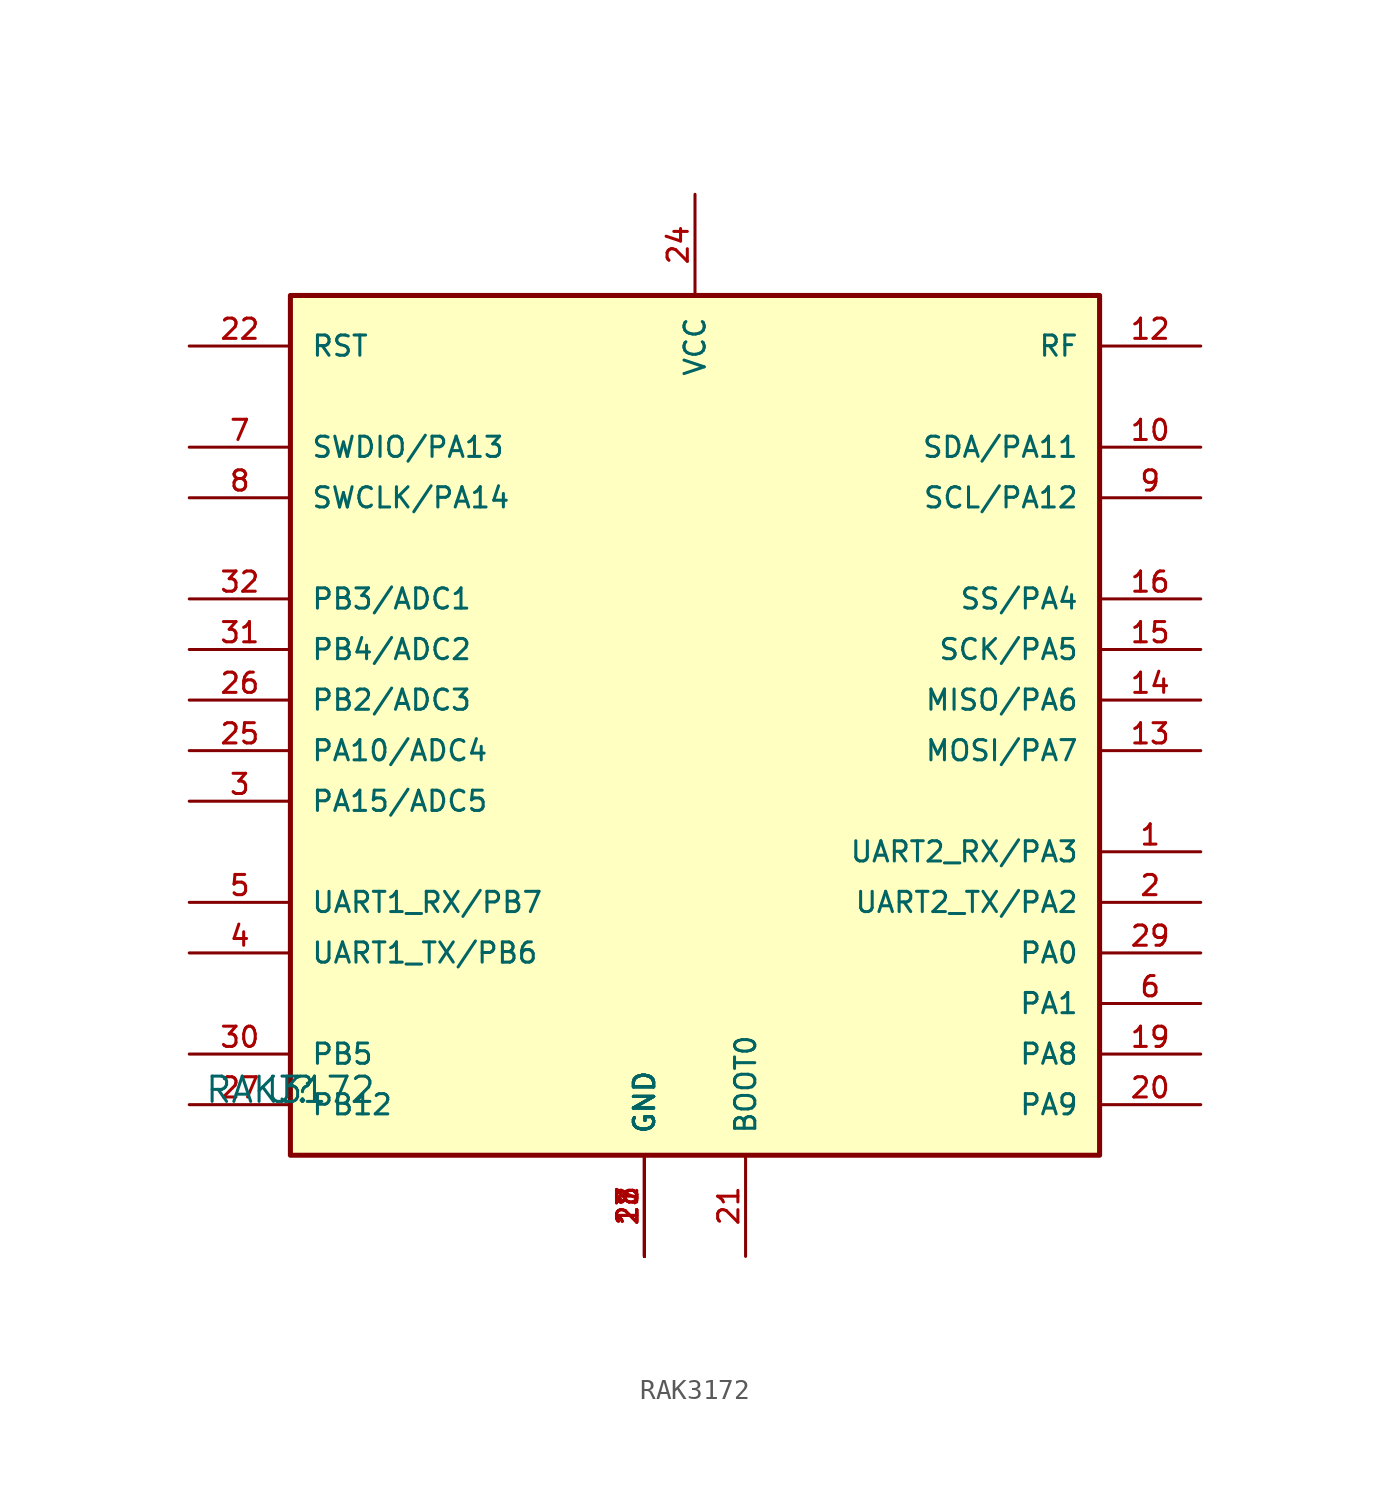
<source format=kicad_sym>
(kicad_symbol_lib
  (version 20211014)
  (generator kicad_symbol_editor)
  (symbol "RAK3172"
    (pin_names
      (offset 1.016))
    (property "Reference" "U"
      (at 0 0 0)
      (effects (font (size 1.27 1.27)) (justify bottom)))
    (property "Value" "RAK3172"
      (at 0 0.0 0)
      (effects (font (size 1.27 1.27)) (justify bottom)))
    (symbol "RAK3172_0_0"
      (rectangle (start 0.0 -2.54) (end 40.64 40.64) (stroke (width 0.254)) (fill (type background)))
      (pin input line (at 22.86 -7.62 90.0) (length 5.08) (name "BOOT0" (effects (font (size 1.016 1.016)))) (number "21" (effects (font (size 1.016 1.016)))))
      (pin power_in line (at 17.78 -7.62 90.0) (length 5.08) (name "GND" (effects (font (size 1.016 1.016)))) (number "11" (effects (font (size 1.016 1.016)))))
      (pin power_in line (at 17.78 -7.62 90.0) (length 5.08) (name "GND" (effects (font (size 1.016 1.016)))) (number "17" (effects (font (size 1.016 1.016)))))
      (pin power_in line (at 17.78 -7.62 90.0) (length 5.08) (name "GND" (effects (font (size 1.016 1.016)))) (number "18" (effects (font (size 1.016 1.016)))))
      (pin power_in line (at 17.78 -7.62 90.0) (length 5.08) (name "GND" (effects (font (size 1.016 1.016)))) (number "23" (effects (font (size 1.016 1.016)))))
      (pin power_in line (at 17.78 -7.62 90.0) (length 5.08) (name "GND" (effects (font (size 1.016 1.016)))) (number "28" (effects (font (size 1.016 1.016)))))
      (pin bidirectional line (at 45.72 20.32 180.0) (length 5.08) (name "MISO/PA6" (effects (font (size 1.016 1.016)))) (number "14" (effects (font (size 1.016 1.016)))))
      (pin bidirectional line (at 45.72 17.78 180.0) (length 5.08) (name "MOSI/PA7" (effects (font (size 1.016 1.016)))) (number "13" (effects (font (size 1.016 1.016)))))
      (pin bidirectional line (at 45.72 7.62 180.0) (length 5.08) (name "PA0" (effects (font (size 1.016 1.016)))) (number "29" (effects (font (size 1.016 1.016)))))
      (pin bidirectional line (at 45.72 5.08 180.0) (length 5.08) (name "PA1" (effects (font (size 1.016 1.016)))) (number "6" (effects (font (size 1.016 1.016)))))
      (pin bidirectional line (at 45.72 2.54 180.0) (length 5.08) (name "PA8" (effects (font (size 1.016 1.016)))) (number "19" (effects (font (size 1.016 1.016)))))
      (pin bidirectional line (at 45.72 0.0 180.0) (length 5.08) (name "PA9" (effects (font (size 1.016 1.016)))) (number "20" (effects (font (size 1.016 1.016)))))
      (pin bidirectional line (at -5.08 17.78 0) (length 5.08) (name "PA10/ADC4" (effects (font (size 1.016 1.016)))) (number "25" (effects (font (size 1.016 1.016)))))
      (pin bidirectional line (at -5.08 15.24 0) (length 5.08) (name "PA15/ADC5" (effects (font (size 1.016 1.016)))) (number "3" (effects (font (size 1.016 1.016)))))
      (pin bidirectional line (at -5.08 20.32 0) (length 5.08) (name "PB2/ADC3" (effects (font (size 1.016 1.016)))) (number "26" (effects (font (size 1.016 1.016)))))
      (pin bidirectional line (at -5.08 25.4 0) (length 5.08) (name "PB3/ADC1" (effects (font (size 1.016 1.016)))) (number "32" (effects (font (size 1.016 1.016)))))
      (pin bidirectional line (at -5.08 22.86 0) (length 5.08) (name "PB4/ADC2" (effects (font (size 1.016 1.016)))) (number "31" (effects (font (size 1.016 1.016)))))
      (pin bidirectional line (at -5.08 2.54 0) (length 5.08) (name "PB5" (effects (font (size 1.016 1.016)))) (number "30" (effects (font (size 1.016 1.016)))))
      (pin bidirectional line (at -5.08 0.0 0) (length 5.08) (name "PB12" (effects (font (size 1.016 1.016)))) (number "27" (effects (font (size 1.016 1.016)))))
      (pin output line (at 45.72 38.1 180.0) (length 5.08) (name "RF" (effects (font (size 1.016 1.016)))) (number "12" (effects (font (size 1.016 1.016)))))
      (pin input line (at -5.08 38.1 0) (length 5.08) (name "RST" (effects (font (size 1.016 1.016)))) (number "22" (effects (font (size 1.016 1.016)))))
      (pin bidirectional line (at 45.72 22.86 180.0) (length 5.08) (name "SCK/PA5" (effects (font (size 1.016 1.016)))) (number "15" (effects (font (size 1.016 1.016)))))
      (pin bidirectional line (at 45.72 30.48 180.0) (length 5.08) (name "SCL/PA12" (effects (font (size 1.016 1.016)))) (number "9" (effects (font (size 1.016 1.016)))))
      (pin bidirectional line (at 45.72 33.02 180.0) (length 5.08) (name "SDA/PA11" (effects (font (size 1.016 1.016)))) (number "10" (effects (font (size 1.016 1.016)))))
      (pin bidirectional line (at 45.72 25.4 180.0) (length 5.08) (name "SS/PA4" (effects (font (size 1.016 1.016)))) (number "16" (effects (font (size 1.016 1.016)))))
      (pin bidirectional line (at -5.08 30.48 0) (length 5.08) (name "SWCLK/PA14" (effects (font (size 1.016 1.016)))) (number "8" (effects (font (size 1.016 1.016)))))
      (pin bidirectional line (at -5.08 33.02 0) (length 5.08) (name "SWDIO/PA13" (effects (font (size 1.016 1.016)))) (number "7" (effects (font (size 1.016 1.016)))))
      (pin bidirectional line (at -5.08 10.16 0) (length 5.08) (name "UART1_RX/PB7" (effects (font (size 1.016 1.016)))) (number "5" (effects (font (size 1.016 1.016)))))
      (pin bidirectional line (at -5.08 7.62 0) (length 5.08) (name "UART1_TX/PB6" (effects (font (size 1.016 1.016)))) (number "4" (effects (font (size 1.016 1.016)))))
      (pin bidirectional line (at 45.72 12.7 180.0) (length 5.08) (name "UART2_RX/PA3" (effects (font (size 1.016 1.016)))) (number "1" (effects (font (size 1.016 1.016)))))
      (pin bidirectional line (at 45.72 10.16 180.0) (length 5.08) (name "UART2_TX/PA2" (effects (font (size 1.016 1.016)))) (number "2" (effects (font (size 1.016 1.016)))))
      (pin power_in line (at 20.32 45.72 270.0) (length 5.08) (name "VCC" (effects (font (size 1.016 1.016)))) (number "24" (effects (font (size 1.016 1.016))))))))
</source>
